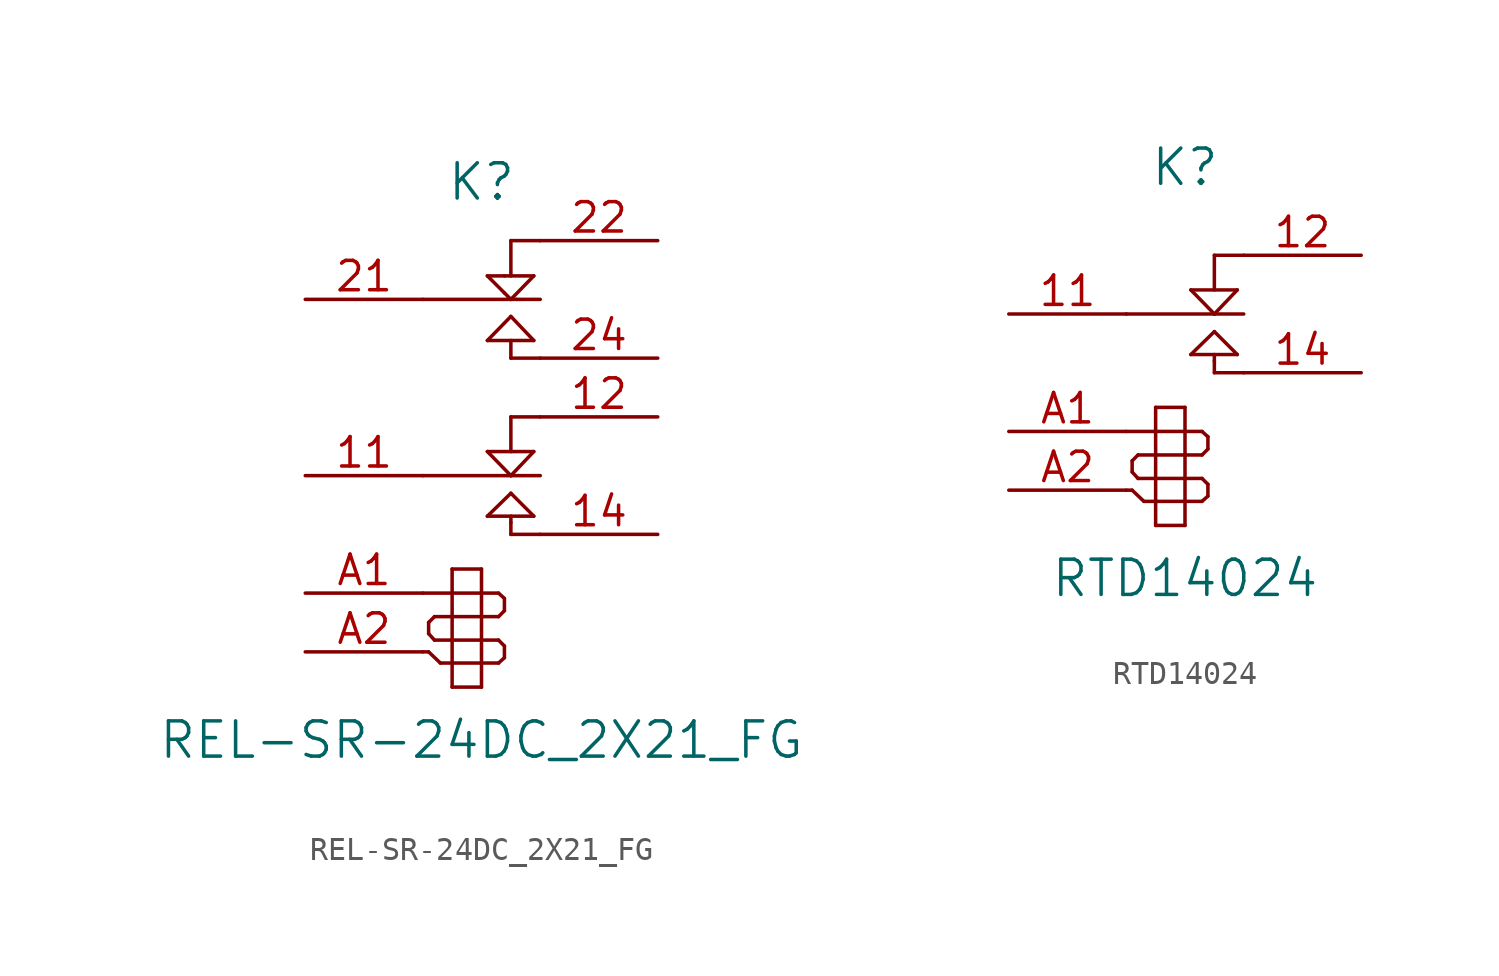
<source format=kicad_sym>
(kicad_symbol_lib
  (version 20201005)
  (generator kicad_symbol_editor)
  (symbol "REL-SR-24DC_2X21_FG"
    (pin_names
      (offset 1.016) hide)
    (property "Reference" "K"
      (at 0 11.43 0)
      (effects (font (size 1.524 1.524))))
    (property "Value" "REL-SR-24DC_2X21_FG"
      (at 0 -12.7 0)
      (effects (font (size 1.524 1.524))))
    (symbol "REL-SR-24DC_2X21_FG_0_1"
      (polyline (pts (xy -2.54 -8.89) (xy -2.286 -8.89)) (stroke (width 0)) (fill (type none)))
      (polyline (pts (xy -2.54 -6.35) (xy -1.27 -6.35)) (stroke (width 0)) (fill (type none)))
      (polyline (pts (xy -2.54 -1.27) (xy 1.27 -1.27)) (stroke (width 0)) (fill (type none)))
      (polyline (pts (xy -2.286 -8.89) (xy -1.778 -9.373)) (stroke (width 0)) (fill (type none)))
      (polyline (pts (xy -2.286 -8.103) (xy -2.286 -7.62)) (stroke (width 0)) (fill (type none)))
      (polyline (pts (xy -2.032 -8.382) (xy -2.286 -8.103)) (stroke (width 0)) (fill (type none)))
      (polyline (pts (xy -2.032 -7.366) (xy -2.286 -7.62)) (stroke (width 0)) (fill (type none)))
      (polyline (pts (xy -1.778 -9.373) (xy -1.27 -9.373)) (stroke (width 0)) (fill (type none)))
      (polyline (pts (xy -1.27 -10.414) (xy -1.27 -5.309)) (stroke (width 0)) (fill (type none)))
      (polyline (pts (xy -1.27 -8.382) (xy -2.032 -8.382)) (stroke (width 0)) (fill (type none)))
      (polyline (pts (xy -1.27 -8.382) (xy 0 -8.382)) (stroke (width 0)) (fill (type none)))
      (polyline (pts (xy -1.27 -7.366) (xy -2.032 -7.366)) (stroke (width 0)) (fill (type none)))
      (polyline (pts (xy -1.27 -6.35) (xy 0 -6.35)) (stroke (width 0)) (fill (type none)))
      (polyline (pts (xy -1.27 -5.309) (xy 0 -5.309)) (stroke (width 0)) (fill (type none)))
      (polyline (pts (xy 0 -10.414) (xy -1.27 -10.414)) (stroke (width 0)) (fill (type none)))
      (polyline (pts (xy 0 -9.373) (xy -1.27 -9.373)) (stroke (width 0)) (fill (type none)))
      (polyline (pts (xy 0 -9.373) (xy 0.737 -9.373)) (stroke (width 0)) (fill (type none)))
      (polyline (pts (xy 0 -8.382) (xy 0.737 -8.382)) (stroke (width 0)) (fill (type none)))
      (polyline (pts (xy 0 -7.366) (xy -1.27 -7.366)) (stroke (width 0)) (fill (type none)))
      (polyline (pts (xy 0 -7.366) (xy 0.737 -7.366)) (stroke (width 0)) (fill (type none)))
      (polyline (pts (xy 0 -6.35) (xy 0.737 -6.35)) (stroke (width 0)) (fill (type none)))
      (polyline (pts (xy 0 -5.309) (xy 0 -10.414)) (stroke (width 0)) (fill (type none)))
      (polyline (pts (xy 0.254 -3.023) (xy 2.261 -3.023)) (stroke (width 0)) (fill (type none)))
      (polyline (pts (xy 0.254 -0.229) (xy 2.261 -0.229)) (stroke (width 0)) (fill (type none)))
      (polyline (pts (xy 0.254 4.572) (xy 1.27 5.613)) (stroke (width 0)) (fill (type none)))
      (polyline (pts (xy 0.254 7.366) (xy 0.991 7.366)) (stroke (width 0)) (fill (type none)))
      (polyline (pts (xy 0.737 -9.373) (xy 0.991 -9.144)) (stroke (width 0)) (fill (type none)))
      (polyline (pts (xy 0.737 -8.382) (xy 0.991 -8.636)) (stroke (width 0)) (fill (type none)))
      (polyline (pts (xy 0.737 -7.366) (xy 0.991 -7.112)) (stroke (width 0)) (fill (type none)))
      (polyline (pts (xy 0.737 -6.35) (xy 0.991 -6.579)) (stroke (width 0)) (fill (type none)))
      (polyline (pts (xy 0.991 -9.144) (xy 0.991 -8.636)) (stroke (width 0)) (fill (type none)))
      (polyline (pts (xy 0.991 -6.579) (xy 0.991 -7.112)) (stroke (width 0)) (fill (type none)))
      (polyline (pts (xy 0.991 6.629) (xy 0.254 7.366)) (stroke (width 0)) (fill (type none)))
      (polyline (pts (xy 0.991 6.629) (xy 1.27 6.35)) (stroke (width 0)) (fill (type none)))
      (polyline (pts (xy 0.991 7.366) (xy 2.261 7.366)) (stroke (width 0)) (fill (type none)))
      (polyline (pts (xy 1.27 -3.81) (xy 1.27 -3.302)) (stroke (width 0)) (fill (type none)))
      (polyline (pts (xy 1.27 -3.302) (xy 1.27 -3.023)) (stroke (width 0)) (fill (type none)))
      (polyline (pts (xy 1.27 -2.032) (xy 0.254 -3.023)) (stroke (width 0)) (fill (type none)))
      (polyline (pts (xy 1.27 -1.27) (xy 0.254 -0.229)) (stroke (width 0)) (fill (type none)))
      (polyline (pts (xy 1.27 -1.27) (xy 2.54 -1.27)) (stroke (width 0)) (fill (type none)))
      (polyline (pts (xy 1.27 1.27) (xy 1.27 -0.229)) (stroke (width 0)) (fill (type none)))
      (polyline (pts (xy 1.27 1.27) (xy 2.54 1.27)) (stroke (width 0)) (fill (type none)))
      (polyline (pts (xy 1.27 3.81) (xy 1.27 4.572)) (stroke (width 0)) (fill (type none)))
      (polyline (pts (xy 1.27 3.81) (xy 2.54 3.81)) (stroke (width 0)) (fill (type none)))
      (polyline (pts (xy 1.27 5.613) (xy 2.261 4.572)) (stroke (width 0)) (fill (type none)))
      (polyline (pts (xy 1.27 6.35) (xy -2.54 6.35)) (stroke (width 0)) (fill (type none)))
      (polyline (pts (xy 1.27 6.35) (xy 1.524 6.35)) (stroke (width 0)) (fill (type none)))
      (polyline (pts (xy 1.27 8.89) (xy 1.27 7.366)) (stroke (width 0)) (fill (type none)))
      (polyline (pts (xy 1.27 8.89) (xy 2.54 8.89)) (stroke (width 0)) (fill (type none)))
      (polyline (pts (xy 1.524 6.35) (xy 2.54 6.35)) (stroke (width 0)) (fill (type none)))
      (polyline (pts (xy 2.261 -3.023) (xy 1.27 -2.032)) (stroke (width 0)) (fill (type none)))
      (polyline (pts (xy 2.261 -0.229) (xy 1.27 -1.27)) (stroke (width 0)) (fill (type none)))
      (polyline (pts (xy 2.261 4.572) (xy 0.254 4.572)) (stroke (width 0)) (fill (type none)))
      (polyline (pts (xy 2.261 7.366) (xy 1.27 6.35)) (stroke (width 0)) (fill (type none)))
      (polyline (pts (xy 2.54 -3.81) (xy 1.27 -3.81)) (stroke (width 0)) (fill (type none))))
    (symbol "REL-SR-24DC_2X21_FG_1_1"
      (pin passive line (at -7.62 -1.27 0) (length 5.08) (name "C1" (effects (font (size 1.27 1.27)))) (number "11" (effects (font (size 1.27 1.27)))))
      (pin passive line (at -7.62 6.35 0) (length 5.08) (name "C2" (effects (font (size 1.27 1.27)))) (number "21" (effects (font (size 1.27 1.27)))))
      (pin input line (at -7.62 -6.35 0) (length 5.08) (name "A1" (effects (font (size 1.27 1.27)))) (number "A1" (effects (font (size 1.27 1.27)))))
      (pin passive line (at 7.62 1.27 180) (length 5.08) (name "NC1" (effects (font (size 1.27 1.27)))) (number "12" (effects (font (size 1.27 1.27)))))
      (pin passive line (at 7.62 8.89 180) (length 5.08) (name "NC2" (effects (font (size 1.27 1.27)))) (number "22" (effects (font (size 1.27 1.27)))))
      (pin input line (at -7.62 -8.89 0) (length 5.08) (name "A2" (effects (font (size 1.27 1.27)))) (number "A2" (effects (font (size 1.27 1.27)))))
      (pin passive line (at 7.62 -3.81 180) (length 5.08) (name "NO1" (effects (font (size 1.27 1.27)))) (number "14" (effects (font (size 1.27 1.27)))))
      (pin passive line (at 7.62 3.81 180) (length 5.08) (name "NO2" (effects (font (size 1.27 1.27)))) (number "24" (effects (font (size 1.27 1.27)))))))
  (symbol "RTD14024"
    (pin_names
      (offset 1.016) hide)
    (property "Reference" "K"
      (at 0 10.16 0)
      (effects (font (size 1.524 1.524))))
    (property "Value" "RTD14024"
      (at 0 -7.62 0)
      (effects (font (size 1.524 1.524))))
    (symbol "RTD14024_0_1"
      (polyline (pts (xy -2.54 -3.81) (xy -2.286 -3.81)) (stroke (width 0)) (fill (type none)))
      (polyline (pts (xy -2.54 -1.27) (xy -1.27 -1.27)) (stroke (width 0)) (fill (type none)))
      (polyline (pts (xy -2.54 3.81) (xy 1.27 3.81)) (stroke (width 0)) (fill (type none)))
      (polyline (pts (xy -2.286 -3.81) (xy -1.778 -4.293)) (stroke (width 0)) (fill (type none)))
      (polyline (pts (xy -2.286 -3.023) (xy -2.286 -2.54)) (stroke (width 0)) (fill (type none)))
      (polyline (pts (xy -2.032 -3.302) (xy -2.286 -3.023)) (stroke (width 0)) (fill (type none)))
      (polyline (pts (xy -2.032 -2.286) (xy -2.286 -2.54)) (stroke (width 0)) (fill (type none)))
      (polyline (pts (xy -1.778 -4.293) (xy -1.27 -4.293)) (stroke (width 0)) (fill (type none)))
      (polyline (pts (xy -1.27 -5.334) (xy -1.27 -0.229)) (stroke (width 0)) (fill (type none)))
      (polyline (pts (xy -1.27 -3.302) (xy -2.032 -3.302)) (stroke (width 0)) (fill (type none)))
      (polyline (pts (xy -1.27 -3.302) (xy 0 -3.302)) (stroke (width 0)) (fill (type none)))
      (polyline (pts (xy -1.27 -2.286) (xy -2.032 -2.286)) (stroke (width 0)) (fill (type none)))
      (polyline (pts (xy -1.27 -1.27) (xy 0 -1.27)) (stroke (width 0)) (fill (type none)))
      (polyline (pts (xy -1.27 -0.229) (xy 0 -0.229)) (stroke (width 0)) (fill (type none)))
      (polyline (pts (xy 0 -5.334) (xy -1.27 -5.334)) (stroke (width 0)) (fill (type none)))
      (polyline (pts (xy 0 -4.293) (xy -1.27 -4.293)) (stroke (width 0)) (fill (type none)))
      (polyline (pts (xy 0 -4.293) (xy 0.737 -4.293)) (stroke (width 0)) (fill (type none)))
      (polyline (pts (xy 0 -3.302) (xy 0.737 -3.302)) (stroke (width 0)) (fill (type none)))
      (polyline (pts (xy 0 -2.286) (xy -1.27 -2.286)) (stroke (width 0)) (fill (type none)))
      (polyline (pts (xy 0 -2.286) (xy 0.737 -2.286)) (stroke (width 0)) (fill (type none)))
      (polyline (pts (xy 0 -1.27) (xy 0.737 -1.27)) (stroke (width 0)) (fill (type none)))
      (polyline (pts (xy 0 -0.229) (xy 0 -5.334)) (stroke (width 0)) (fill (type none)))
      (polyline (pts (xy 0.254 2.057) (xy 2.261 2.057)) (stroke (width 0)) (fill (type none)))
      (polyline (pts (xy 0.254 4.851) (xy 2.261 4.851)) (stroke (width 0)) (fill (type none)))
      (polyline (pts (xy 0.737 -4.293) (xy 0.991 -4.064)) (stroke (width 0)) (fill (type none)))
      (polyline (pts (xy 0.737 -3.302) (xy 0.991 -3.556)) (stroke (width 0)) (fill (type none)))
      (polyline (pts (xy 0.737 -2.286) (xy 0.991 -2.032)) (stroke (width 0)) (fill (type none)))
      (polyline (pts (xy 0.737 -1.27) (xy 0.991 -1.499)) (stroke (width 0)) (fill (type none)))
      (polyline (pts (xy 0.991 -4.064) (xy 0.991 -3.556)) (stroke (width 0)) (fill (type none)))
      (polyline (pts (xy 0.991 -1.499) (xy 0.991 -2.032)) (stroke (width 0)) (fill (type none)))
      (polyline (pts (xy 1.27 1.27) (xy 1.27 1.778)) (stroke (width 0)) (fill (type none)))
      (polyline (pts (xy 1.27 1.778) (xy 1.27 2.057)) (stroke (width 0)) (fill (type none)))
      (polyline (pts (xy 1.27 3.048) (xy 0.254 2.057)) (stroke (width 0)) (fill (type none)))
      (polyline (pts (xy 1.27 3.81) (xy 0.254 4.851)) (stroke (width 0)) (fill (type none)))
      (polyline (pts (xy 1.27 3.81) (xy 2.54 3.81)) (stroke (width 0)) (fill (type none)))
      (polyline (pts (xy 1.27 6.35) (xy 1.27 4.851)) (stroke (width 0)) (fill (type none)))
      (polyline (pts (xy 1.27 6.35) (xy 2.54 6.35)) (stroke (width 0)) (fill (type none)))
      (polyline (pts (xy 2.261 2.057) (xy 1.27 3.048)) (stroke (width 0)) (fill (type none)))
      (polyline (pts (xy 2.261 4.851) (xy 1.27 3.81)) (stroke (width 0)) (fill (type none)))
      (polyline (pts (xy 2.54 1.27) (xy 1.27 1.27)) (stroke (width 0)) (fill (type none))))
    (symbol "RTD14024_1_1"
      (pin passive line (at -7.62 3.81 0) (length 5.08) (name "C" (effects (font (size 1.27 1.27)))) (number "11" (effects (font (size 1.27 1.27)))))
      (pin input line (at -7.62 -1.27 0) (length 5.08) (name "A1" (effects (font (size 1.27 1.27)))) (number "A1" (effects (font (size 1.27 1.27)))))
      (pin passive line (at 7.62 6.35 180) (length 5.08) (name "NC" (effects (font (size 1.27 1.27)))) (number "12" (effects (font (size 1.27 1.27)))))
      (pin input line (at -7.62 -3.81 0) (length 5.08) (name "A2" (effects (font (size 1.27 1.27)))) (number "A2" (effects (font (size 1.27 1.27)))))
      (pin passive line (at 7.62 1.27 180) (length 5.08) (name "NO" (effects (font (size 1.27 1.27)))) (number "14" (effects (font (size 1.27 1.27))))))))
</source>
